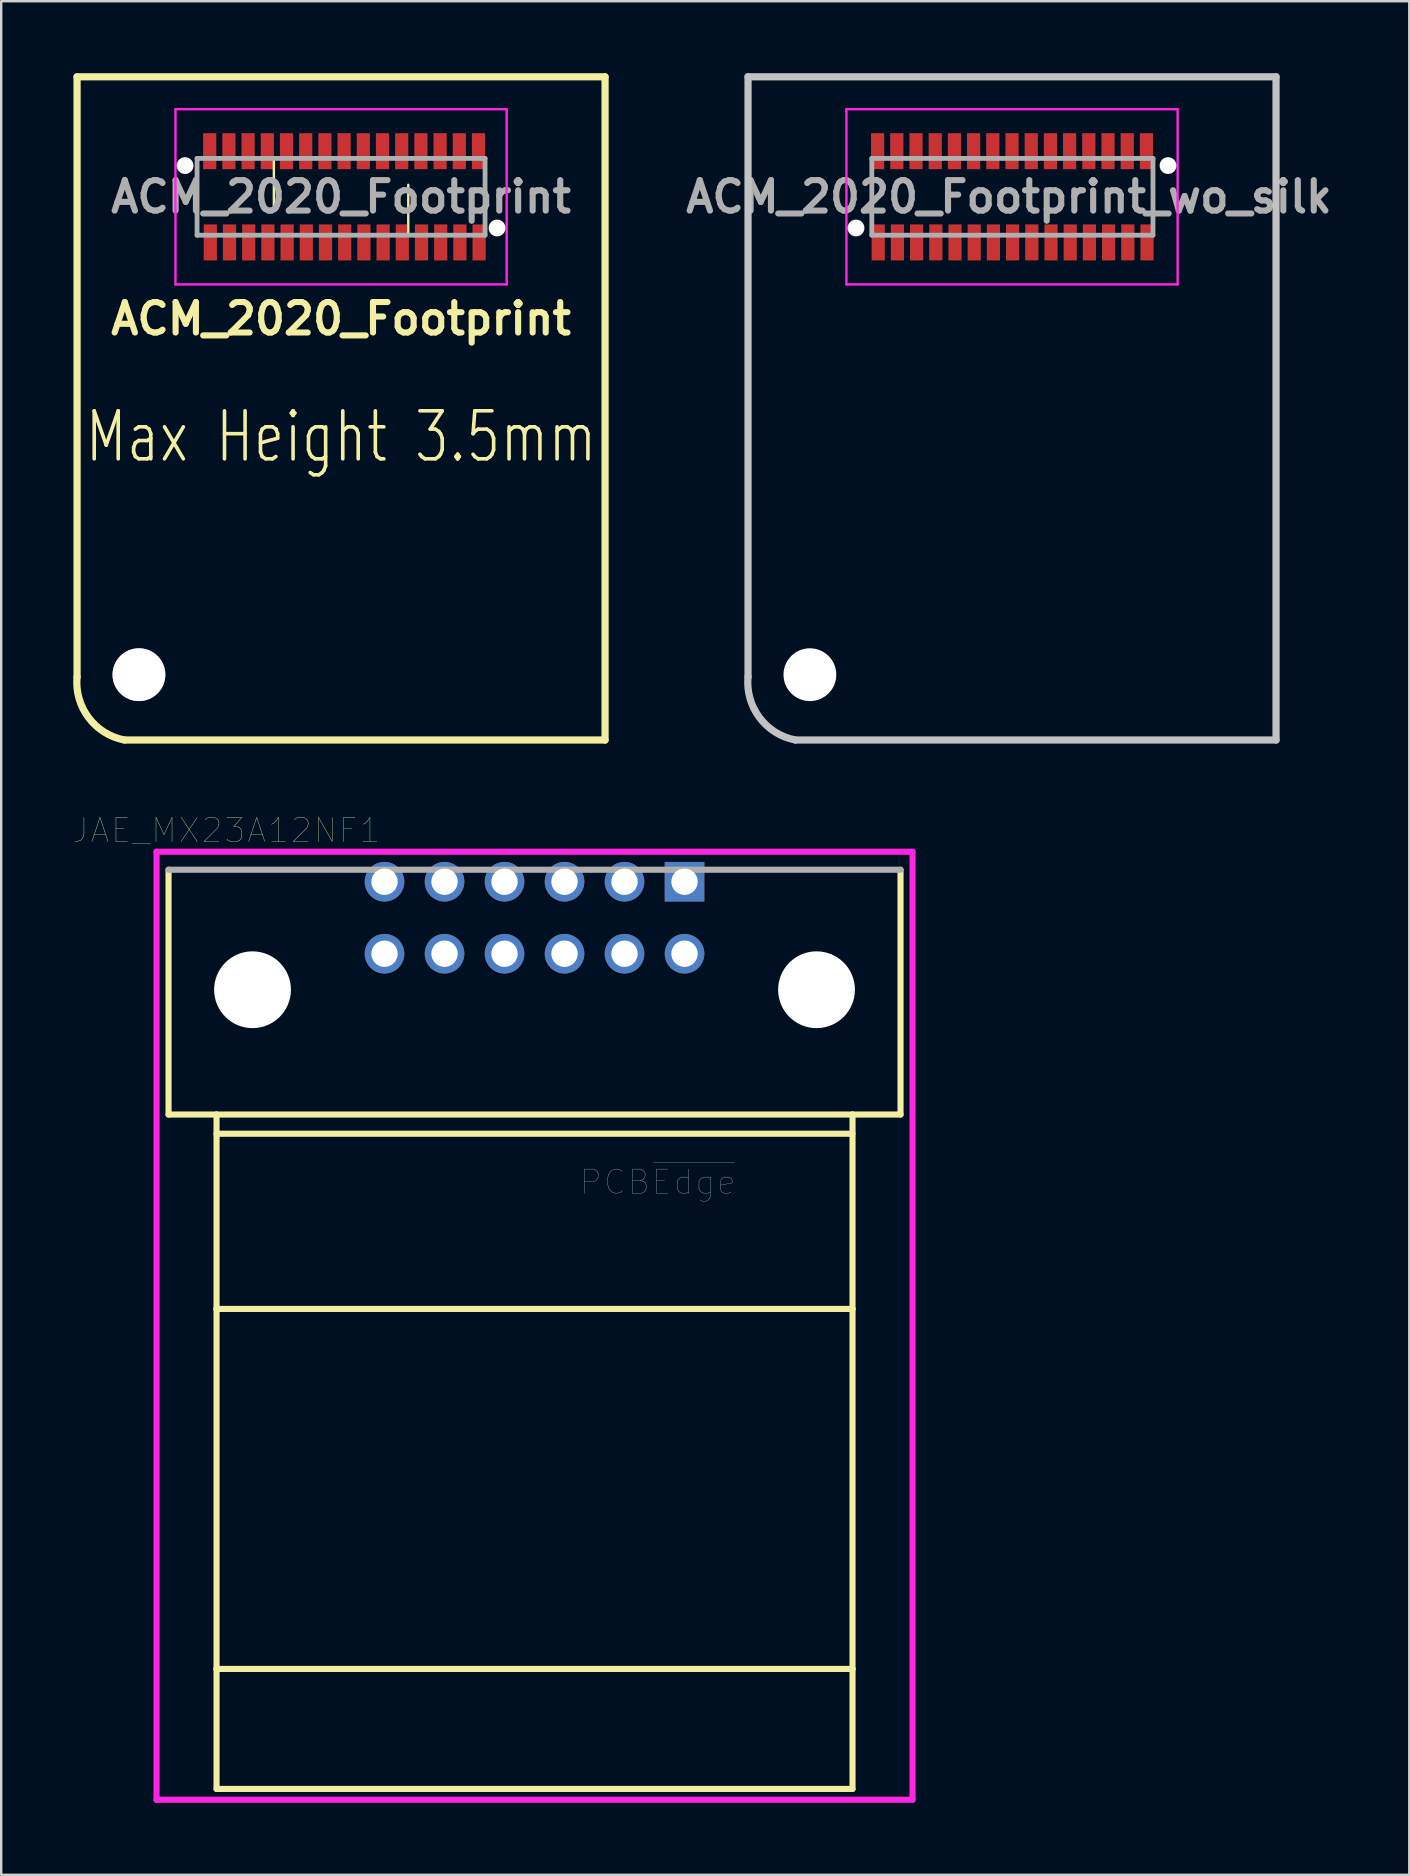
<source format=kicad_pcb>
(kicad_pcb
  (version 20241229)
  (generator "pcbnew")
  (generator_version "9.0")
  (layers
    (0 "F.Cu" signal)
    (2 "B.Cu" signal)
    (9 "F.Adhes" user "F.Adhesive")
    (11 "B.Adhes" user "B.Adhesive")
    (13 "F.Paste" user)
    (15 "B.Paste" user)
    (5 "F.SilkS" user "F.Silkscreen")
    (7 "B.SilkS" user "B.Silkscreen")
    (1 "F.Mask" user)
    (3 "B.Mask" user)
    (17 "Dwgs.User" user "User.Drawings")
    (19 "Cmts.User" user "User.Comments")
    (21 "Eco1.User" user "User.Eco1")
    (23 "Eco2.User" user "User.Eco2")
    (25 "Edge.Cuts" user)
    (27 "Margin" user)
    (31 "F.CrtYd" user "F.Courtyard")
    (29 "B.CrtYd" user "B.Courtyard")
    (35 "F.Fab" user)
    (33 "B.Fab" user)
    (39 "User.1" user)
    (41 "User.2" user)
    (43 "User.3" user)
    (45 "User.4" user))
  (footprint "ACM_2020_Footprint"
    (layer "F.Cu")
    (at 11.161 5.15)
    (property "Reference" "ACM_2020_Footprint" (at 0 5.08 180) (layer "F.SilkS") (effects (font (size 1.27 1.27) (thickness 0.254))))
    (attr through_hole)
    (fp_line (start -11 -5) (end -11 20) (stroke (width 0.3) (type solid)) (layer "F.SilkS"))
    (fp_line (start -11 -5) (end 11 -5) (stroke (width 0.3) (type solid)) (layer "F.SilkS"))
    (fp_line (start -2.8 -1.6) (end -2.8 0.5) (stroke (width 0.1) (type solid)) (layer "F.SilkS"))
    (fp_line (start -2 -1.6) (end -2.8 -1.6) (stroke (width 0.1) (type solid)) (layer "F.SilkS"))
    (fp_line (start 2.8 -0.5) (end 2.8 1.6) (stroke (width 0.1) (type solid)) (layer "F.SilkS"))
    (fp_line (start 2.8 1.6) (end 2 1.6) (stroke (width 0.1) (type solid)) (layer "F.SilkS"))
    (fp_line (start 11 -5) (end 11 22.634) (stroke (width 0.3) (type solid)) (layer "F.SilkS"))
    (fp_line (start 11 22.634) (end -9.026 22.634) (stroke (width 0.3) (type solid)) (layer "F.SilkS"))
    (fp_arc (start -9.026231 22.634393) (mid -10.522171 21.698597) (end -11 20) (stroke (width 0.3) (type solid)) (layer "F.SilkS"))
    (fp_line (start -6.9 -3.65) (end 6.9 -3.65) (stroke (width 0.1) (type solid)) (layer "F.CrtYd"))
    (fp_line (start -6.9 3.65) (end -6.9 -3.65) (stroke (width 0.1) (type solid)) (layer "F.CrtYd"))
    (fp_line (start 6.9 -3.65) (end 6.9 3.65) (stroke (width 0.1) (type solid)) (layer "F.CrtYd"))
    (fp_line (start 6.9 3.65) (end -6.9 3.65) (stroke (width 0.1) (type solid)) (layer "F.CrtYd"))
    (fp_line (start -6 -1.6) (end 6 -1.6) (stroke (width 0.2) (type solid)) (layer "F.Fab"))
    (fp_line (start -6 1.6) (end -6 -1.6) (stroke (width 0.2) (type solid)) (layer "F.Fab"))
    (fp_line (start 6 -1.6) (end 6 1.6) (stroke (width 0.2) (type solid)) (layer "F.Fab"))
    (fp_line (start 6 1.6) (end -6 1.6) (stroke (width 0.2) (type solid)) (layer "F.Fab"))
    (fp_text user "Max Height 3.5mm" (at 0 10 0) (layer "F.SilkS") (effects (font (size 2 1.5) (thickness 0.15))))
    (fp_text user "${REFERENCE}" (at 0 0 180) (layer "F.Fab") (effects (font (size 1.27 1.27) (thickness 0.254))))
    (pad "" thru_hole circle (at -8.422 19.912) (size 2.2 2.2) (drill 2.2) (layers "*.Cu" "*.Mask"))
    (pad "" np_thru_hole circle (at -6.5 -1.3) (size 0.7 0.7) (drill 0.7) (layers "*.Cu" "*.Mask"))
    (pad "" np_thru_hole circle (at 6.5 1.3) (size 0.7 0.7) (drill 0.7) (layers "*.Cu" "*.Mask"))
    (pad "1" smd rect (at 5.752 1.9) (size 0.55 1.5) (layers "F.Cu" "F.Mask" "F.Paste"))
    (pad "2" smd rect (at 5.727 -1.9) (size 0.55 1.5) (layers "F.Cu" "F.Mask" "F.Paste"))
    (pad "3" smd rect (at 4.952 1.9) (size 0.55 1.5) (layers "F.Cu" "F.Mask" "F.Paste"))
    (pad "4" smd rect (at 4.927 -1.9) (size 0.55 1.5) (layers "F.Cu" "F.Mask" "F.Paste"))
    (pad "5" smd rect (at 4.152 1.9) (size 0.55 1.5) (layers "F.Cu" "F.Mask" "F.Paste"))
    (pad "6" smd rect (at 4.127 -1.9) (size 0.55 1.5) (layers "F.Cu" "F.Mask" "F.Paste"))
    (pad "7" smd rect (at 3.352 1.9) (size 0.55 1.5) (layers "F.Cu" "F.Mask" "F.Paste"))
    (pad "8" smd rect (at 3.327 -1.9) (size 0.55 1.5) (layers "F.Cu" "F.Mask" "F.Paste"))
    (pad "9" smd rect (at 2.552 1.9) (size 0.55 1.5) (layers "F.Cu" "F.Mask" "F.Paste"))
    (pad "10" smd rect (at 2.527 -1.9) (size 0.55 1.5) (layers "F.Cu" "F.Mask" "F.Paste"))
    (pad "11" smd rect (at 1.752 1.9) (size 0.55 1.5) (layers "F.Cu" "F.Mask" "F.Paste"))
    (pad "12" smd rect (at 1.727 -1.9) (size 0.55 1.5) (layers "F.Cu" "F.Mask" "F.Paste"))
    (pad "13" smd rect (at 0.952 1.9) (size 0.55 1.5) (layers "F.Cu" "F.Mask" "F.Paste"))
    (pad "14" smd rect (at 0.927 -1.9) (size 0.55 1.5) (layers "F.Cu" "F.Mask" "F.Paste"))
    (pad "15" smd rect (at 0.152 1.9) (size 0.55 1.5) (layers "F.Cu" "F.Mask" "F.Paste"))
    (pad "16" smd rect (at 0.127 -1.9) (size 0.55 1.5) (layers "F.Cu" "F.Mask" "F.Paste"))
    (pad "17" smd rect (at -0.648 1.9) (size 0.55 1.5) (layers "F.Cu" "F.Mask" "F.Paste"))
    (pad "18" smd rect (at -0.673 -1.9) (size 0.55 1.5) (layers "F.Cu" "F.Mask" "F.Paste"))
    (pad "19" smd rect (at -1.448 1.9) (size 0.55 1.5) (layers "F.Cu" "F.Mask" "F.Paste"))
    (pad "20" smd rect (at -1.473 -1.9) (size 0.55 1.5) (layers "F.Cu" "F.Mask" "F.Paste"))
    (pad "21" smd rect (at -2.248 1.9) (size 0.55 1.5) (layers "F.Cu" "F.Mask" "F.Paste"))
    (pad "22" smd rect (at -2.273 -1.9) (size 0.55 1.5) (layers "F.Cu" "F.Mask" "F.Paste"))
    (pad "23" smd rect (at -3.048 1.9) (size 0.55 1.5) (layers "F.Cu" "F.Mask" "F.Paste"))
    (pad "24" smd rect (at -3.073 -1.9) (size 0.55 1.5) (layers "F.Cu" "F.Mask" "F.Paste"))
    (pad "25" smd rect (at -3.848 1.9) (size 0.55 1.5) (layers "F.Cu" "F.Mask" "F.Paste"))
    (pad "26" smd rect (at -3.873 -1.9) (size 0.55 1.5) (layers "F.Cu" "F.Mask" "F.Paste"))
    (pad "27" smd rect (at -4.648 1.9) (size 0.55 1.5) (layers "F.Cu" "F.Mask" "F.Paste"))
    (pad "28" smd rect (at -4.673 -1.9) (size 0.55 1.5) (layers "F.Cu" "F.Mask" "F.Paste"))
    (pad "29" smd rect (at -5.448 1.9) (size 0.55 1.5) (layers "F.Cu" "F.Mask" "F.Paste"))
    (pad "30" smd rect (at -5.473 -1.9) (size 0.55 1.5) (layers "F.Cu" "F.Mask" "F.Paste")))
  (footprint "ACM_2020_Footprint_wo_silk"
    (layer "F.Cu")
    (at 39.118 5.15)
    (property "Reference" "ACM_2020_Footprint_wo_silk" (at -0.127 0 180) (layer "Eco1.User") (effects (font (size 1.27 1.27) (thickness 0.254))))
    (attr through_hole)
    (fp_line (start -11 -5) (end -11 20) (stroke (width 0.3) (type solid)) (layer "Dwgs.User"))
    (fp_line (start -11 -5) (end 11 -5) (stroke (width 0.3) (type solid)) (layer "Dwgs.User"))
    (fp_line (start 11 -5) (end 11 22.634) (stroke (width 0.3) (type solid)) (layer "Dwgs.User"))
    (fp_line (start 11 22.634) (end -9.026 22.634) (stroke (width 0.3) (type solid)) (layer "Dwgs.User"))
    (fp_arc (start -9.027064 22.634233) (mid -10.522425 21.698257) (end -11 20) (stroke (width 0.3) (type solid)) (layer "Dwgs.User"))
    (fp_line (start -6.9 -3.65) (end 6.9 -3.65) (stroke (width 0.1) (type solid)) (layer "F.CrtYd"))
    (fp_line (start -6.9 3.65) (end -6.9 -3.65) (stroke (width 0.1) (type solid)) (layer "F.CrtYd"))
    (fp_line (start 6.9 -3.65) (end 6.9 3.65) (stroke (width 0.1) (type solid)) (layer "F.CrtYd"))
    (fp_line (start 6.9 3.65) (end -6.9 3.65) (stroke (width 0.1) (type solid)) (layer "F.CrtYd"))
    (fp_line (start -5.842 -1.6) (end 5.873 -1.6) (stroke (width 0.2) (type solid)) (layer "F.Fab"))
    (fp_line (start -5.842 1.6) (end -5.842 -1.6) (stroke (width 0.2) (type solid)) (layer "F.Fab"))
    (fp_line (start 5.873 -1.6) (end 5.873 1.6) (stroke (width 0.2) (type solid)) (layer "F.Fab"))
    (fp_line (start 5.873 1.6) (end -5.842 1.6) (stroke (width 0.2) (type solid)) (layer "F.Fab"))
    (fp_text user "${REFERENCE}" (at -0.127 0 180) (layer "F.Fab") (effects (font (size 1.27 1.27) (thickness 0.254))))
    (pad "" np_thru_hole circle (at -8.422 19.912) (size 2.2 2.2) (drill 2.2) (layers "*.Cu" "*.Mask"))
    (pad "" np_thru_hole circle (at -6.5 1.3) (size 0.7 0.7) (drill 0.7) (layers "*.Cu" "*.Mask"))
    (pad "" np_thru_hole circle (at 6.5 -1.3) (size 0.7 0.7) (drill 0.7) (layers "*.Cu" "*.Mask"))
    (pad "1" smd rect (at 5.625 1.9) (size 0.55 1.5) (layers "F.Cu" "F.Mask" "F.Paste"))
    (pad "2" smd rect (at 5.6 -1.9) (size 0.55 1.5) (layers "F.Cu" "F.Mask" "F.Paste"))
    (pad "3" smd rect (at 4.825 1.9) (size 0.55 1.5) (layers "F.Cu" "F.Mask" "F.Paste"))
    (pad "4" smd rect (at 4.8 -1.9) (size 0.55 1.5) (layers "F.Cu" "F.Mask" "F.Paste"))
    (pad "5" smd rect (at 4.025 1.9) (size 0.55 1.5) (layers "F.Cu" "F.Mask" "F.Paste"))
    (pad "6" smd rect (at 4 -1.9) (size 0.55 1.5) (layers "F.Cu" "F.Mask" "F.Paste"))
    (pad "7" smd rect (at 3.225 1.9) (size 0.55 1.5) (layers "F.Cu" "F.Mask" "F.Paste"))
    (pad "8" smd rect (at 3.2 -1.9) (size 0.55 1.5) (layers "F.Cu" "F.Mask" "F.Paste"))
    (pad "9" smd rect (at 2.425 1.9) (size 0.55 1.5) (layers "F.Cu" "F.Mask" "F.Paste"))
    (pad "10" smd rect (at 2.4 -1.9) (size 0.55 1.5) (layers "F.Cu" "F.Mask" "F.Paste"))
    (pad "11" smd rect (at 1.625 1.9) (size 0.55 1.5) (layers "F.Cu" "F.Mask" "F.Paste"))
    (pad "12" smd rect (at 1.6 -1.9) (size 0.55 1.5) (layers "F.Cu" "F.Mask" "F.Paste"))
    (pad "13" smd rect (at 0.825 1.9) (size 0.55 1.5) (layers "F.Cu" "F.Mask" "F.Paste"))
    (pad "14" smd rect (at 0.8 -1.9) (size 0.55 1.5) (layers "F.Cu" "F.Mask" "F.Paste"))
    (pad "15" smd rect (at 0.025 1.9) (size 0.55 1.5) (layers "F.Cu" "F.Mask" "F.Paste"))
    (pad "16" smd rect (at 0 -1.9) (size 0.55 1.5) (layers "F.Cu" "F.Mask" "F.Paste"))
    (pad "17" smd rect (at -0.775 1.9) (size 0.55 1.5) (layers "F.Cu" "F.Mask" "F.Paste"))
    (pad "18" smd rect (at -0.8 -1.9) (size 0.55 1.5) (layers "F.Cu" "F.Mask" "F.Paste"))
    (pad "19" smd rect (at -1.575 1.9) (size 0.55 1.5) (layers "F.Cu" "F.Mask" "F.Paste"))
    (pad "20" smd rect (at -1.6 -1.9) (size 0.55 1.5) (layers "F.Cu" "F.Mask" "F.Paste"))
    (pad "21" smd rect (at -2.375 1.9) (size 0.55 1.5) (layers "F.Cu" "F.Mask" "F.Paste"))
    (pad "22" smd rect (at -2.4 -1.9) (size 0.55 1.5) (layers "F.Cu" "F.Mask" "F.Paste"))
    (pad "23" smd rect (at -3.175 1.9) (size 0.55 1.5) (layers "F.Cu" "F.Mask" "F.Paste"))
    (pad "24" smd rect (at -3.2 -1.9) (size 0.55 1.5) (layers "F.Cu" "F.Mask" "F.Paste"))
    (pad "25" smd rect (at -3.975 1.9) (size 0.55 1.5) (layers "F.Cu" "F.Mask" "F.Paste"))
    (pad "26" smd rect (at -4 -1.9) (size 0.55 1.5) (layers "F.Cu" "F.Mask" "F.Paste"))
    (pad "27" smd rect (at -4.775 1.9) (size 0.55 1.5) (layers "F.Cu" "F.Mask" "F.Paste"))
    (pad "28" smd rect (at -4.8 -1.9) (size 0.55 1.5) (layers "F.Cu" "F.Mask" "F.Paste"))
    (pad "29" smd rect (at -5.575 1.9) (size 0.55 1.5) (layers "F.Cu" "F.Mask" "F.Paste"))
    (pad "30" smd rect (at -5.6 -1.9) (size 0.55 1.5) (layers "F.Cu" "F.Mask" "F.Paste")))
  (footprint "JAE_MX23A12NF1"
    (layer "F.Cu")
    (at 19.222 38.189)
    (property "Reference" "JAE_MX23A12NF1" (at -12.84 -6.642 0) (layer "F.SilkS") (effects (font (size 1.001 1.001) (thickness 0.015))))
    (attr through_hole)
    (fp_line (start -15.25 5.2) (end -15.25 -5) (stroke (width 0.254) (type solid)) (layer "F.SilkS"))
    (fp_line (start -13.25 5.2) (end -15.25 5.2) (stroke (width 0.254) (type solid)) (layer "F.SilkS"))
    (fp_line (start -13.25 6) (end 13.25 6) (stroke (width 0.254) (type solid)) (layer "F.SilkS"))
    (fp_line (start -13.25 13.3) (end -13.25 5.2) (stroke (width 0.254) (type solid)) (layer "F.SilkS"))
    (fp_line (start -13.25 28.3) (end -13.25 13.3) (stroke (width 0.254) (type solid)) (layer "F.SilkS"))
    (fp_line (start -13.25 28.3) (end -13.25 33.3) (stroke (width 0.254) (type solid)) (layer "F.SilkS"))
    (fp_line (start 13.25 5.2) (end -13.25 5.2) (stroke (width 0.254) (type solid)) (layer "F.SilkS"))
    (fp_line (start 13.25 13.3) (end -13.25 13.3) (stroke (width 0.254) (type solid)) (layer "F.SilkS"))
    (fp_line (start 13.25 13.3) (end 13.25 5.2) (stroke (width 0.254) (type solid)) (layer "F.SilkS"))
    (fp_line (start 13.25 13.3) (end 13.25 28.3) (stroke (width 0.254) (type solid)) (layer "F.SilkS"))
    (fp_line (start 13.25 28.3) (end -13.25 28.3) (stroke (width 0.254) (type solid)) (layer "F.SilkS"))
    (fp_line (start 13.25 28.3) (end 13.25 33.3) (stroke (width 0.254) (type solid)) (layer "F.SilkS"))
    (fp_line (start 13.25 33.3) (end -13.25 33.3) (stroke (width 0.254) (type solid)) (layer "F.SilkS"))
    (fp_line (start 15.25 -5) (end 15.25 5.2) (stroke (width 0.254) (type solid)) (layer "F.SilkS"))
    (fp_line (start 15.25 5.2) (end 13.25 5.2) (stroke (width 0.254) (type solid)) (layer "F.SilkS"))
    (fp_line (start -15.75 -5.75) (end 15.75 -5.75) (stroke (width 0.254) (type solid)) (layer "F.CrtYd"))
    (fp_line (start -15.75 33.75) (end -15.75 -5.75) (stroke (width 0.254) (type solid)) (layer "F.CrtYd"))
    (fp_line (start 15.75 -5.75) (end 15.75 33.75) (stroke (width 0.254) (type solid)) (layer "F.CrtYd"))
    (fp_line (start 15.75 33.75) (end -15.75 33.75) (stroke (width 0.254) (type solid)) (layer "F.CrtYd"))
    (fp_line (start -15.25 -5) (end 15.25 -5) (stroke (width 0.254) (type solid)) (layer "F.Fab"))
    (fp_text user "PCB~{Edge}" (at 5.133 8.013 0) (layer "F.Fab") (effects (font (size 1.002 1.002) (thickness 0.015))))
    (pad "" np_thru_hole circle (at -11.75 0) (size 3.2 3.2) (drill 3.2) (layers "*.Cu" "*.Mask"))
    (pad "" np_thru_hole circle (at 11.75 0) (size 3.2 3.2) (drill 3.2) (layers "*.Cu" "*.Mask"))
    (pad "1" thru_hole rect (at 6.25 -4.5) (size 1.65 1.65) (drill 1.1) (layers "*.Cu" "*.Mask"))
    (pad "2" thru_hole circle (at 3.75 -4.5) (size 1.65 1.65) (drill 1.1) (layers "*.Cu" "*.Mask"))
    (pad "3" thru_hole circle (at 1.25 -4.5) (size 1.65 1.65) (drill 1.1) (layers "*.Cu" "*.Mask"))
    (pad "4" thru_hole circle (at -1.25 -4.5) (size 1.65 1.65) (drill 1.1) (layers "*.Cu" "*.Mask"))
    (pad "5" thru_hole circle (at -3.75 -4.5) (size 1.65 1.65) (drill 1.1) (layers "*.Cu" "*.Mask"))
    (pad "6" thru_hole circle (at -6.25 -4.5) (size 1.65 1.65) (drill 1.1) (layers "*.Cu" "*.Mask"))
    (pad "7" thru_hole circle (at 6.25 -1.5) (size 1.65 1.65) (drill 1.1) (layers "*.Cu" "*.Mask"))
    (pad "8" thru_hole circle (at 3.75 -1.5) (size 1.65 1.65) (drill 1.1) (layers "*.Cu" "*.Mask"))
    (pad "9" thru_hole circle (at 1.25 -1.5) (size 1.65 1.65) (drill 1.1) (layers "*.Cu" "*.Mask"))
    (pad "10" thru_hole circle (at -1.25 -1.5) (size 1.65 1.65) (drill 1.1) (layers "*.Cu" "*.Mask"))
    (pad "11" thru_hole circle (at -3.75 -1.5) (size 1.65 1.65) (drill 1.1) (layers "*.Cu" "*.Mask"))
    (pad "12" thru_hole circle (at -6.25 -1.5) (size 1.65 1.65) (drill 1.1) (layers "*.Cu" "*.Mask")))
  (gr_rect
    (start -3 -3)
    (end 55.67 75.066)
    (stroke (width 0.1) (type default))
    (fill no)
    (layer "Edge.Cuts")))
</source>
